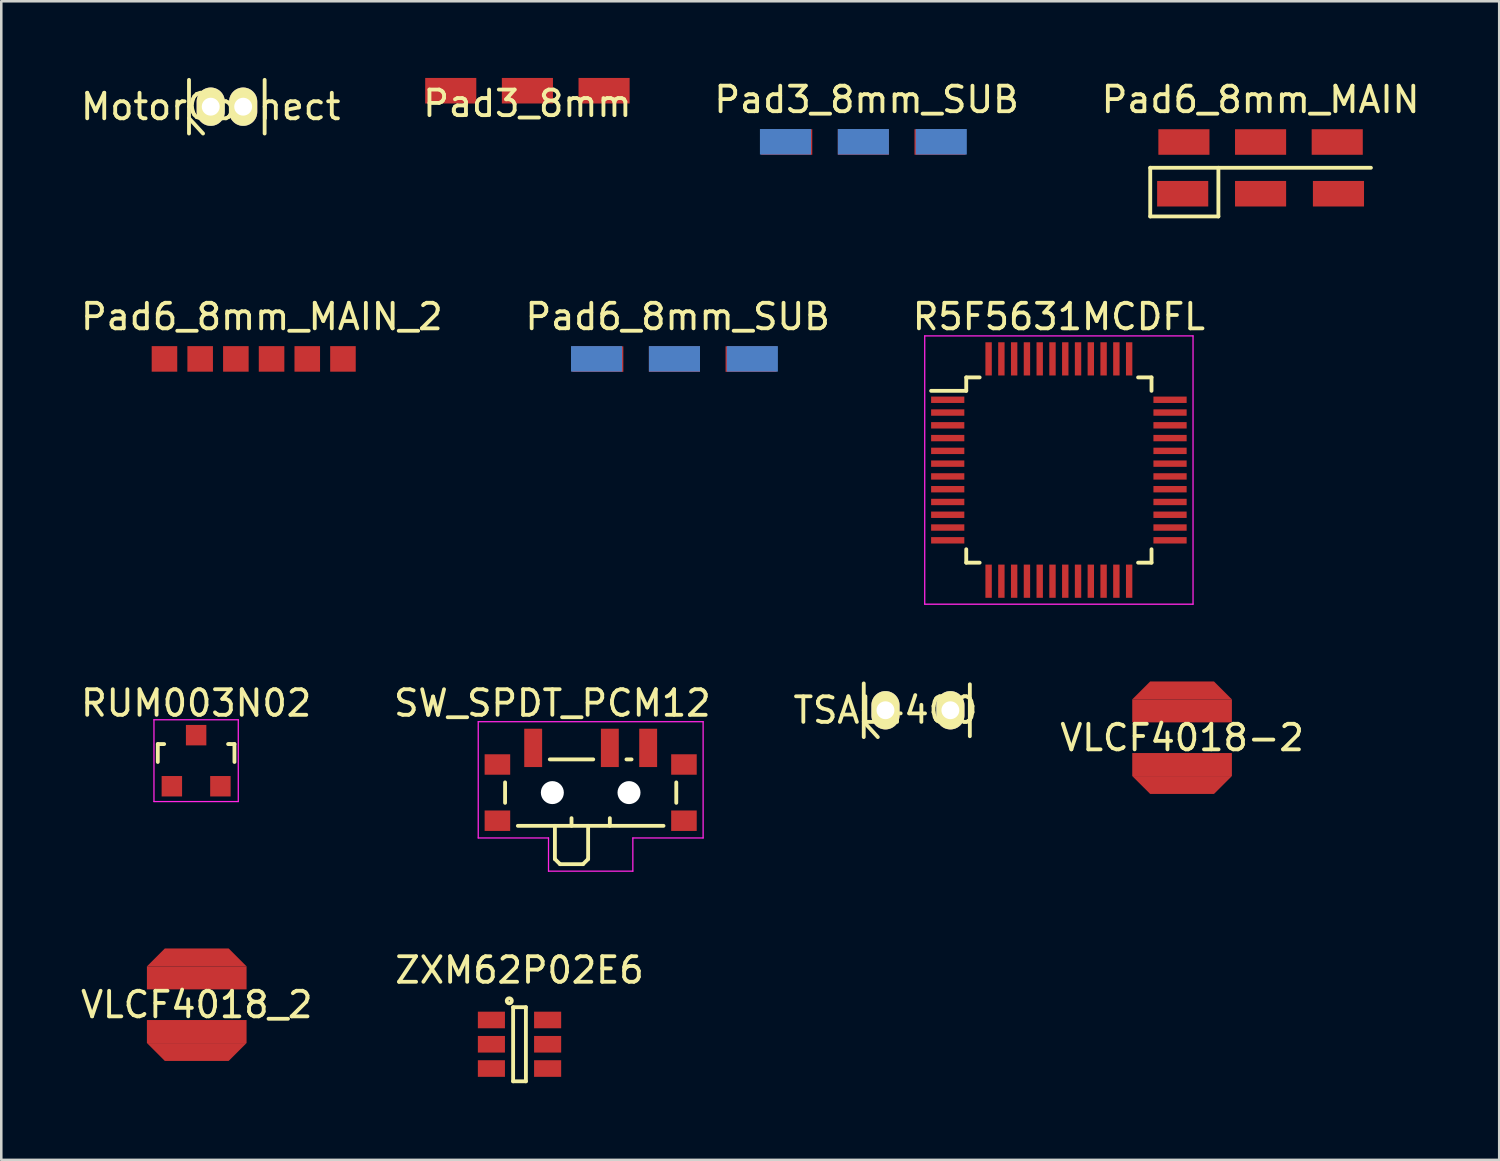
<source format=kicad_pcb>
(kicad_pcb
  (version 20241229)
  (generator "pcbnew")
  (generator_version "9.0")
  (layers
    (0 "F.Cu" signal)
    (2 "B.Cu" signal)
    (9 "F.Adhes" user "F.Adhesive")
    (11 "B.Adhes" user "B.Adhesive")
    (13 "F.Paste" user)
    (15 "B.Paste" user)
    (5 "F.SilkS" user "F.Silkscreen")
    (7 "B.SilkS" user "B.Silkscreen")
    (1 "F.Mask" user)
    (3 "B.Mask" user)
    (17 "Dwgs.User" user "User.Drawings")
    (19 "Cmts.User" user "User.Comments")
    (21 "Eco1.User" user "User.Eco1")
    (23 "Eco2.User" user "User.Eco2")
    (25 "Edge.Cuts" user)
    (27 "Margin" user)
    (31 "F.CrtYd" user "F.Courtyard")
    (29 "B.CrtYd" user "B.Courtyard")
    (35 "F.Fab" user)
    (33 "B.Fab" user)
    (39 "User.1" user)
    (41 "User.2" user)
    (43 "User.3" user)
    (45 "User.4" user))
  (footprint "VLCF4018-2"
    (layer "F.Cu")
    (at 43.208 25.819)
    (property "Reference" "VLCF4018-2" (at 0 0 0) (layer "F.SilkS") (effects (font (size 1 1) (thickness 0.15))))
    (attr through_hole)
    (pad "" smd trapezoid (at 0 -1.85) (size 3.2 0.7) (rect_delta 0 0.7) (layers "F.Cu" "F.Mask"))
    (pad "" smd rect (at 0 -1.05) (size 3.9 0.9) (layers "F.Cu" "F.Mask"))
    (pad "" smd rect (at 0 1.05) (size 3.9 0.9) (layers "F.Cu" "F.Mask"))
    (pad "" smd trapezoid (at 0 1.85 180) (size 3.2 0.7) (rect_delta 0 0.7) (layers "F.Cu" "F.Mask")))
  (footprint "R5F5631MCDFL"
    (layer "F.Cu")
    (at 38.387 15.344)
    (property "Reference" "R5F5631MCDFL" (at 0 -6 0) (layer "F.SilkS") (effects (font (size 1 1) (thickness 0.15))))
    (attr smd)
    (fp_line (start -3.625 -3.625) (end -3.625 -3.1) (stroke (width 0.15) (type solid)) (layer "F.SilkS"))
    (fp_line (start -3.625 -3.625) (end -3.1 -3.625) (stroke (width 0.15) (type solid)) (layer "F.SilkS"))
    (fp_line (start -3.625 -3.1) (end -5 -3.1) (stroke (width 0.15) (type solid)) (layer "F.SilkS"))
    (fp_line (start -3.625 3.625) (end -3.625 3.1) (stroke (width 0.15) (type solid)) (layer "F.SilkS"))
    (fp_line (start -3.625 3.625) (end -3.1 3.625) (stroke (width 0.15) (type solid)) (layer "F.SilkS"))
    (fp_line (start 3.625 -3.625) (end 3.1 -3.625) (stroke (width 0.15) (type solid)) (layer "F.SilkS"))
    (fp_line (start 3.625 -3.625) (end 3.625 -3.1) (stroke (width 0.15) (type solid)) (layer "F.SilkS"))
    (fp_line (start 3.625 3.625) (end 3.1 3.625) (stroke (width 0.15) (type solid)) (layer "F.SilkS"))
    (fp_line (start 3.625 3.625) (end 3.625 3.1) (stroke (width 0.15) (type solid)) (layer "F.SilkS"))
    (fp_line (start -5.25 -5.25) (end -5.25 5.25) (stroke (width 0.05) (type solid)) (layer "F.CrtYd"))
    (fp_line (start -5.25 -5.25) (end 5.25 -5.25) (stroke (width 0.05) (type solid)) (layer "F.CrtYd"))
    (fp_line (start -5.25 5.25) (end 5.25 5.25) (stroke (width 0.05) (type solid)) (layer "F.CrtYd"))
    (fp_line (start 5.25 -5.25) (end 5.25 5.25) (stroke (width 0.05) (type solid)) (layer "F.CrtYd"))
    (pad "1" smd rect (at -4.35 -2.75) (size 1.3 0.25) (layers "F.Cu" "F.Mask" "F.Paste"))
    (pad "2" smd rect (at -4.35 -2.25) (size 1.3 0.25) (layers "F.Cu" "F.Mask" "F.Paste"))
    (pad "3" smd rect (at -4.35 -1.75) (size 1.3 0.25) (layers "F.Cu" "F.Mask" "F.Paste"))
    (pad "4" smd rect (at -4.35 -1.25) (size 1.3 0.25) (layers "F.Cu" "F.Mask" "F.Paste"))
    (pad "5" smd rect (at -4.35 -0.75) (size 1.3 0.25) (layers "F.Cu" "F.Mask" "F.Paste"))
    (pad "6" smd rect (at -4.35 -0.25) (size 1.3 0.25) (layers "F.Cu" "F.Mask" "F.Paste"))
    (pad "7" smd rect (at -4.35 0.25) (size 1.3 0.25) (layers "F.Cu" "F.Mask" "F.Paste"))
    (pad "8" smd rect (at -4.35 0.75) (size 1.3 0.25) (layers "F.Cu" "F.Mask" "F.Paste"))
    (pad "9" smd rect (at -4.35 1.25) (size 1.3 0.25) (layers "F.Cu" "F.Mask" "F.Paste"))
    (pad "10" smd rect (at -4.35 1.75) (size 1.3 0.25) (layers "F.Cu" "F.Mask" "F.Paste"))
    (pad "11" smd rect (at -4.35 2.25) (size 1.3 0.25) (layers "F.Cu" "F.Mask" "F.Paste"))
    (pad "12" smd rect (at -4.35 2.75) (size 1.3 0.25) (layers "F.Cu" "F.Mask" "F.Paste"))
    (pad "13" smd rect (at -2.75 4.35 90) (size 1.3 0.25) (layers "F.Cu" "F.Mask" "F.Paste"))
    (pad "14" smd rect (at -2.25 4.35 90) (size 1.3 0.25) (layers "F.Cu" "F.Mask" "F.Paste"))
    (pad "15" smd rect (at -1.75 4.35 90) (size 1.3 0.25) (layers "F.Cu" "F.Mask" "F.Paste"))
    (pad "16" smd rect (at -1.25 4.35 90) (size 1.3 0.25) (layers "F.Cu" "F.Mask" "F.Paste"))
    (pad "17" smd rect (at -0.75 4.35 90) (size 1.3 0.25) (layers "F.Cu" "F.Mask" "F.Paste"))
    (pad "18" smd rect (at -0.25 4.35 90) (size 1.3 0.25) (layers "F.Cu" "F.Mask" "F.Paste"))
    (pad "19" smd rect (at 0.25 4.35 90) (size 1.3 0.25) (layers "F.Cu" "F.Mask" "F.Paste"))
    (pad "20" smd rect (at 0.75 4.35 90) (size 1.3 0.25) (layers "F.Cu" "F.Mask" "F.Paste"))
    (pad "21" smd rect (at 1.25 4.35 90) (size 1.3 0.25) (layers "F.Cu" "F.Mask" "F.Paste"))
    (pad "22" smd rect (at 1.75 4.35 90) (size 1.3 0.25) (layers "F.Cu" "F.Mask" "F.Paste"))
    (pad "23" smd rect (at 2.25 4.35 90) (size 1.3 0.25) (layers "F.Cu" "F.Mask" "F.Paste"))
    (pad "24" smd rect (at 2.75 4.35 90) (size 1.3 0.25) (layers "F.Cu" "F.Mask" "F.Paste"))
    (pad "25" smd rect (at 4.35 2.75) (size 1.3 0.25) (layers "F.Cu" "F.Mask" "F.Paste"))
    (pad "26" smd rect (at 4.35 2.25) (size 1.3 0.25) (layers "F.Cu" "F.Mask" "F.Paste"))
    (pad "27" smd rect (at 4.35 1.75) (size 1.3 0.25) (layers "F.Cu" "F.Mask" "F.Paste"))
    (pad "28" smd rect (at 4.35 1.25) (size 1.3 0.25) (layers "F.Cu" "F.Mask" "F.Paste"))
    (pad "29" smd rect (at 4.35 0.75) (size 1.3 0.25) (layers "F.Cu" "F.Mask" "F.Paste"))
    (pad "30" smd rect (at 4.35 0.25) (size 1.3 0.25) (layers "F.Cu" "F.Mask" "F.Paste"))
    (pad "31" smd rect (at 4.35 -0.25) (size 1.3 0.25) (layers "F.Cu" "F.Mask" "F.Paste"))
    (pad "32" smd rect (at 4.35 -0.75) (size 1.3 0.25) (layers "F.Cu" "F.Mask" "F.Paste"))
    (pad "33" smd rect (at 4.35 -1.25) (size 1.3 0.25) (layers "F.Cu" "F.Mask" "F.Paste"))
    (pad "34" smd rect (at 4.35 -1.75) (size 1.3 0.25) (layers "F.Cu" "F.Mask" "F.Paste"))
    (pad "35" smd rect (at 4.35 -2.25) (size 1.3 0.25) (layers "F.Cu" "F.Mask" "F.Paste"))
    (pad "36" smd rect (at 4.35 -2.75) (size 1.3 0.25) (layers "F.Cu" "F.Mask" "F.Paste"))
    (pad "37" smd rect (at 2.75 -4.35 90) (size 1.3 0.25) (layers "F.Cu" "F.Mask" "F.Paste"))
    (pad "38" smd rect (at 2.25 -4.35 90) (size 1.3 0.25) (layers "F.Cu" "F.Mask" "F.Paste"))
    (pad "39" smd rect (at 1.75 -4.35 90) (size 1.3 0.25) (layers "F.Cu" "F.Mask" "F.Paste"))
    (pad "40" smd rect (at 1.25 -4.35 90) (size 1.3 0.25) (layers "F.Cu" "F.Mask" "F.Paste"))
    (pad "41" smd rect (at 0.75 -4.35 90) (size 1.3 0.25) (layers "F.Cu" "F.Mask" "F.Paste"))
    (pad "42" smd rect (at 0.25 -4.35 90) (size 1.3 0.25) (layers "F.Cu" "F.Mask" "F.Paste"))
    (pad "43" smd rect (at -0.25 -4.35 90) (size 1.3 0.25) (layers "F.Cu" "F.Mask" "F.Paste"))
    (pad "44" smd rect (at -0.75 -4.35 90) (size 1.3 0.25) (layers "F.Cu" "F.Mask" "F.Paste"))
    (pad "45" smd rect (at -1.25 -4.35 90) (size 1.3 0.25) (layers "F.Cu" "F.Mask" "F.Paste"))
    (pad "46" smd rect (at -1.75 -4.35 90) (size 1.3 0.25) (layers "F.Cu" "F.Mask" "F.Paste"))
    (pad "47" smd rect (at -2.25 -4.35 90) (size 1.3 0.25) (layers "F.Cu" "F.Mask" "F.Paste"))
    (pad "48" smd rect (at -2.75 -4.35 90) (size 1.3 0.25) (layers "F.Cu" "F.Mask" "F.Paste")))
  (footprint "Pad6_8mm_SUB"
    (layer "F.Cu")
    (at 23.343 11.502)
    (property "Reference" "Pad6_8mm_SUB" (at 0.127 -2.159 0) (layer "F.SilkS") (effects (font (size 1 1) (thickness 0.15))))
    (attr through_hole)
    (pad "1" smd rect (at -3.048 -0.508) (size 2 1) (layers "B.Cu" "B.Mask" "B.Paste"))
    (pad "2" smd rect (at 0 -0.508) (size 2 1) (layers "B.Cu" "B.Mask" "B.Paste"))
    (pad "3" smd rect (at 3.048 -0.508) (size 2 1) (layers "B.Cu" "B.Mask" "B.Paste"))
    (pad "4" smd rect (at -3 -0.5) (size 2 1) (layers "F.Cu" "F.Mask" "F.Paste"))
    (pad "5" smd rect (at 0 -0.5) (size 2 1) (layers "F.Cu" "F.Mask" "F.Paste"))
    (pad "6" smd rect (at 3 -0.5) (size 2 1) (layers "F.Cu" "F.Mask" "F.Paste")))
  (footprint "ZXM62P02E6"
    (layer "F.Cu")
    (at 17.28 37.815)
    (property "Reference" "ZXM62P02E6" (at 0 -2.9 0) (layer "F.SilkS") (effects (font (size 1 1) (thickness 0.15))))
    (attr smd)
    (fp_line (start -0.25 -1.45) (end -0.25 1.45) (stroke (width 0.15) (type solid)) (layer "F.SilkS"))
    (fp_line (start -0.25 1.45) (end 0.25 1.45) (stroke (width 0.15) (type solid)) (layer "F.SilkS"))
    (fp_line (start 0.25 -1.45) (end -0.25 -1.45) (stroke (width 0.15) (type solid)) (layer "F.SilkS"))
    (fp_line (start 0.25 1.45) (end 0.25 -1.45) (stroke (width 0.15) (type solid)) (layer "F.SilkS"))
    (fp_circle (center -0.4 -1.7) (end -0.3 -1.7) (stroke (width 0.15) (type solid)) (fill no) (layer "F.SilkS"))
    (pad "1" smd rect (at -1.1 -0.95) (size 1.06 0.65) (layers "F.Cu" "F.Mask" "F.Paste"))
    (pad "1" smd rect (at -1.1 0) (size 1.06 0.65) (layers "F.Cu" "F.Mask" "F.Paste"))
    (pad "1" smd rect (at 1.1 -0.95) (size 1.06 0.65) (layers "F.Cu" "F.Mask" "F.Paste"))
    (pad "1" smd rect (at 1.1 0) (size 1.06 0.65) (layers "F.Cu" "F.Mask" "F.Paste"))
    (pad "2" smd rect (at -1.1 0.95) (size 1.06 0.65) (layers "F.Cu" "F.Mask" "F.Paste"))
    (pad "3" smd rect (at 1.1 0.95) (size 1.06 0.65) (layers "F.Cu" "F.Mask" "F.Paste")))
  (footprint "Pad6_8mm_MAIN"
    (layer "F.Cu")
    (at 46.28 3.515)
    (property "Reference" "Pad6_8mm_MAIN" (at 0 -2.667 0) (layer "F.SilkS") (effects (font (size 1 1) (thickness 0.15))))
    (attr through_hole)
    (fp_line (start -4.318 0) (end -4.318 1.905) (stroke (width 0.15) (type solid)) (layer "F.SilkS"))
    (fp_line (start -4.318 0) (end 4.318 0) (stroke (width 0.15) (type solid)) (layer "F.SilkS"))
    (fp_line (start -4.318 1.905) (end -1.651 1.905) (stroke (width 0.15) (type solid)) (layer "F.SilkS"))
    (fp_line (start -1.651 1.905) (end -1.651 0) (stroke (width 0.15) (type solid)) (layer "F.SilkS"))
    (pad "1" smd rect (at -3.048 1.016) (size 2 1) (layers "F.Cu" "F.Mask" "F.Paste"))
    (pad "2" smd rect (at 0 1.016) (size 2 1) (layers "F.Cu" "F.Mask" "F.Paste"))
    (pad "3" smd rect (at 3.048 1.016) (size 2 1) (layers "F.Cu" "F.Mask" "F.Paste"))
    (pad "4" smd rect (at -3 -1.008) (size 2 1) (layers "F.Cu" "F.Mask" "F.Paste"))
    (pad "5" smd rect (at 0 -1.008) (size 2 1) (layers "F.Cu" "F.Mask" "F.Paste"))
    (pad "6" smd rect (at 3 -1.008) (size 2 1) (layers "F.Cu" "F.Mask" "F.Paste")))
  (footprint "Pad3_8mm"
    (layer "F.Cu")
    (at 17.589 1)
    (property "Reference" "Pad3_8mm" (at 0 0 0) (layer "F.SilkS") (effects (font (size 1 1) (thickness 0.15))))
    (attr through_hole)
    (pad "1" smd rect (at -3 -0.5) (size 2 1) (layers "F.Cu" "F.Mask" "F.Paste"))
    (pad "2" smd rect (at 0 -0.5) (size 2 1) (layers "F.Cu" "F.Mask" "F.Paste"))
    (pad "3" smd rect (at 3 -0.5) (size 2 1) (layers "F.Cu" "F.Mask" "F.Paste")))
  (footprint "Pad3_8mm_SUB"
    (layer "F.Cu")
    (at 30.736 3.007)
    (property "Reference" "Pad3_8mm_SUB" (at 0.127 -2.159 0) (layer "F.SilkS") (effects (font (size 1 1) (thickness 0.15))))
    (attr through_hole)
    (pad "1" smd rect (at -3 -0.5) (size 2 1) (layers "F.Cu" "F.Mask" "F.Paste"))
    (pad "2" smd rect (at 0 -0.5) (size 2 1) (layers "F.Cu" "F.Mask" "F.Paste"))
    (pad "3" smd rect (at 3 -0.5) (size 2 1) (layers "F.Cu" "F.Mask" "F.Paste"))
    (pad "4" smd rect (at -3.048 -0.508) (size 2 1) (layers "B.Cu" "B.Mask" "B.Paste"))
    (pad "5" smd rect (at 0 -0.508) (size 2 1) (layers "B.Cu" "B.Mask" "B.Paste"))
    (pad "6" smd rect (at 3.048 -0.508) (size 2 1) (layers "B.Cu" "B.Mask" "B.Paste")))
  (footprint "MotorConnect"
    (layer "F.Cu")
    (at 5.196 1.125)
    (property "Reference" "MotorConnect" (at 0 0 0) (layer "F.SilkS") (effects (font (size 1 1) (thickness 0.15))))
    (attr through_hole)
    (fp_line (start -0.85 -1.05) (end -0.85 0) (stroke (width 0.15) (type solid)) (layer "F.SilkS"))
    (fp_line (start -0.85 0) (end -0.85 1.05) (stroke (width 0.15) (type solid)) (layer "F.SilkS"))
    (fp_line (start -0.85 0.45) (end -0.3 1.05) (stroke (width 0.15) (type solid)) (layer "F.SilkS"))
    (fp_line (start 2.11 0) (end 2.11 -1.05) (stroke (width 0.15) (type solid)) (layer "F.SilkS"))
    (fp_line (start 2.11 0) (end 2.11 1.05) (stroke (width 0.15) (type solid)) (layer "F.SilkS"))
    (pad "" thru_hole oval (at 0 0 90) (size 1.5 1.1) (drill 0.7) (layers "*.Cu" "*.Mask" "F.SilkS"))
    (pad "" thru_hole oval (at 1.27 0 90) (size 1.5 1.1) (drill 0.7) (layers "*.Cu" "*.Mask" "F.SilkS")))
  (footprint "SW_SPDT_PCM12"
    (layer "F.Cu")
    (at 20.065 27.642)
    (property "Reference" "SW_SPDT_PCM12" (at -1.5 -3.175 0) (layer "F.SilkS") (effects (font (size 1 1) (thickness 0.15))))
    (attr smd)
    (fp_line (start -3.35 -0.075) (end -3.35 0.725) (stroke (width 0.15) (type solid)) (layer "F.SilkS"))
    (fp_line (start -2.85 1.625) (end 2.85 1.625) (stroke (width 0.15) (type solid)) (layer "F.SilkS"))
    (fp_line (start -1.6 -0.975) (end 0.1 -0.975) (stroke (width 0.15) (type solid)) (layer "F.SilkS"))
    (fp_line (start -1.4 1.625) (end -1.4 2.925) (stroke (width 0.15) (type solid)) (layer "F.SilkS"))
    (fp_line (start -1.4 2.925) (end -1.2 3.125) (stroke (width 0.15) (type solid)) (layer "F.SilkS"))
    (fp_line (start -1.2 3.125) (end -0.3 3.125) (stroke (width 0.15) (type solid)) (layer "F.SilkS"))
    (fp_line (start -0.75 1.325) (end -0.75 1.625) (stroke (width 0.15) (type solid)) (layer "F.SilkS"))
    (fp_line (start -0.1 2.925) (end -0.3 3.125) (stroke (width 0.15) (type solid)) (layer "F.SilkS"))
    (fp_line (start -0.1 2.925) (end -0.1 1.625) (stroke (width 0.15) (type solid)) (layer "F.SilkS"))
    (fp_line (start 0.75 1.325) (end 0.75 1.625) (stroke (width 0.15) (type solid)) (layer "F.SilkS"))
    (fp_line (start 1.4 -0.975) (end 1.6 -0.975) (stroke (width 0.15) (type solid)) (layer "F.SilkS"))
    (fp_line (start 3.35 0.725) (end 3.35 -0.075) (stroke (width 0.15) (type solid)) (layer "F.SilkS"))
    (fp_line (start -4.4 -2.45) (end 4.4 -2.45) (stroke (width 0.05) (type solid)) (layer "F.CrtYd"))
    (fp_line (start -4.4 2.1) (end -4.4 -2.45) (stroke (width 0.05) (type solid)) (layer "F.CrtYd"))
    (fp_line (start -1.65 2.1) (end -4.4 2.1) (stroke (width 0.05) (type solid)) (layer "F.CrtYd"))
    (fp_line (start -1.65 3.4) (end -1.65 2.1) (stroke (width 0.05) (type solid)) (layer "F.CrtYd"))
    (fp_line (start 1.65 2.1) (end 1.65 3.4) (stroke (width 0.05) (type solid)) (layer "F.CrtYd"))
    (fp_line (start 1.65 3.4) (end -1.65 3.4) (stroke (width 0.05) (type solid)) (layer "F.CrtYd"))
    (fp_line (start 4.4 -2.45) (end 4.4 2.1) (stroke (width 0.05) (type solid)) (layer "F.CrtYd"))
    (fp_line (start 4.4 2.1) (end 1.65 2.1) (stroke (width 0.05) (type solid)) (layer "F.CrtYd"))
    (pad "" smd rect (at -3.65 -0.775) (size 1 0.8) (layers "F.Cu" "F.Mask" "F.Paste"))
    (pad "" smd rect (at -3.65 1.425) (size 1 0.8) (layers "F.Cu" "F.Mask" "F.Paste"))
    (pad "" np_thru_hole circle (at -1.5 0.325) (size 0.9 0.9) (drill 0.9) (layers "*.Cu" "*.Mask"))
    (pad "" np_thru_hole circle (at 1.5 0.325) (size 0.9 0.9) (drill 0.9) (layers "*.Cu" "*.Mask"))
    (pad "" smd rect (at 3.65 -0.775) (size 1 0.8) (layers "F.Cu" "F.Mask" "F.Paste"))
    (pad "" smd rect (at 3.65 1.425) (size 1 0.8) (layers "F.Cu" "F.Mask" "F.Paste"))
    (pad "1" smd rect (at -2.25 -1.425) (size 0.7 1.5) (layers "F.Cu" "F.Mask" "F.Paste"))
    (pad "2" smd rect (at 0.75 -1.425) (size 0.7 1.5) (layers "F.Cu" "F.Mask" "F.Paste"))
    (pad "3" smd rect (at 2.25 -1.425) (size 0.7 1.5) (layers "F.Cu" "F.Mask" "F.Paste")))
  (footprint "VLCF4018_2"
    (layer "F.Cu")
    (at 4.649 36.267)
    (property "Reference" "VLCF4018_2" (at 0 0 0) (layer "F.SilkS") (effects (font (size 1 1) (thickness 0.15))))
    (attr through_hole)
    (pad "" smd trapezoid (at 0 -1.85) (size 3.2 0.7) (rect_delta 0 0.7) (layers "F.Cu" "F.Mask"))
    (pad "" smd trapezoid (at 0 1.85 180) (size 3.2 0.7) (rect_delta 0 0.7) (layers "F.Cu" "F.Mask"))
    (pad "1" smd rect (at 0 -1.05) (size 3.9 0.9) (layers "F.Cu" "F.Mask"))
    (pad "2" smd rect (at 0 1.05) (size 3.9 0.9) (layers "F.Cu" "F.Mask")))
  (footprint "RUM003N02"
    (layer "F.Cu")
    (at 4.625 26.717)
    (property "Reference" "RUM003N02" (at 0 -2.25 0) (layer "F.SilkS") (effects (font (size 1 1) (thickness 0.15))))
    (attr smd)
    (fp_line (start -1.5 -0.65) (end -1.251 -0.65) (stroke (width 0.15) (type solid)) (layer "F.SilkS"))
    (fp_line (start -1.5 0.051) (end -1.5 -0.65) (stroke (width 0.15) (type solid)) (layer "F.SilkS"))
    (fp_line (start 1.299 -0.65) (end 1.251 -0.65) (stroke (width 0.15) (type solid)) (layer "F.SilkS"))
    (fp_line (start 1.299 -0.65) (end 1.5 -0.65) (stroke (width 0.15) (type solid)) (layer "F.SilkS"))
    (fp_line (start 1.5 -0.65) (end 1.5 0.051) (stroke (width 0.15) (type solid)) (layer "F.SilkS"))
    (fp_line (start -1.65 -1.6) (end 1.65 -1.6) (stroke (width 0.05) (type solid)) (layer "F.CrtYd"))
    (fp_line (start -1.65 1.6) (end -1.65 -1.6) (stroke (width 0.05) (type solid)) (layer "F.CrtYd"))
    (fp_line (start 1.65 -1.6) (end 1.65 1.6) (stroke (width 0.05) (type solid)) (layer "F.CrtYd"))
    (fp_line (start 1.65 1.6) (end -1.65 1.6) (stroke (width 0.05) (type solid)) (layer "F.CrtYd"))
    (pad "D" smd rect (at 0 -0.998) (size 0.8 0.8) (layers "F.Cu" "F.Mask" "F.Paste"))
    (pad "G" smd rect (at -0.95 1.001) (size 0.8 0.8) (layers "F.Cu" "F.Mask" "F.Paste"))
    (pad "S" smd rect (at 0.95 1.001) (size 0.8 0.8) (layers "F.Cu" "F.Mask" "F.Paste")))
  (footprint "TSAL4400"
    (layer "F.Cu")
    (at 31.601 24.744)
    (property "Reference" "TSAL4400" (at 0 0 0) (layer "F.SilkS") (effects (font (size 1 1) (thickness 0.15))))
    (attr smd)
    (fp_line (start -0.85 -1.05) (end -0.85 0) (stroke (width 0.15) (type solid)) (layer "F.SilkS"))
    (fp_line (start -0.85 0) (end -0.85 1.05) (stroke (width 0.15) (type solid)) (layer "F.SilkS"))
    (fp_line (start -0.85 0.45) (end -0.3 1.05) (stroke (width 0.15) (type solid)) (layer "F.SilkS"))
    (fp_line (start 3.302 -1.016) (end 3.302 1.016) (stroke (width 0.15) (type solid)) (layer "F.SilkS"))
    (pad "1" thru_hole oval (at 0 0 90) (size 1.5 1.1) (drill 0.7) (layers "*.Cu" "*.Mask" "F.SilkS"))
    (pad "2" thru_hole oval (at 2.54 0 90) (size 1.5 1.1) (drill 0.7) (layers "*.Cu" "*.Mask" "F.SilkS")))
  (footprint "Pad6_8mm_MAIN_2"
    (layer "F.Cu")
    (at 7.196 12.011)
    (property "Reference" "Pad6_8mm_MAIN_2" (at 0 -2.667 0) (layer "F.SilkS") (effects (font (size 1 1) (thickness 0.15))))
    (attr through_hole)
    (pad "1" smd rect (at -3.81 -1.016) (size 1 1) (layers "F.Cu" "F.Mask" "F.Paste"))
    (pad "2" smd rect (at -2.413 -1.016) (size 1 1) (layers "F.Cu" "F.Mask" "F.Paste"))
    (pad "3" smd rect (at -1.016 -1.016) (size 1 1) (layers "F.Cu" "F.Mask" "F.Paste"))
    (pad "4" smd rect (at 0.381 -1.016) (size 1 1) (layers "F.Cu" "F.Mask" "F.Paste"))
    (pad "5" smd rect (at 1.778 -1.016) (size 1 1) (layers "F.Cu" "F.Mask" "F.Paste"))
    (pad "6" smd rect (at 3.175 -1.016) (size 1 1) (layers "F.Cu" "F.Mask" "F.Paste")))
  (gr_rect
    (start -3 -3)
    (end 55.619 42.34)
    (stroke (width 0.1) (type default))
    (fill no)
    (layer "Edge.Cuts")))
</source>
